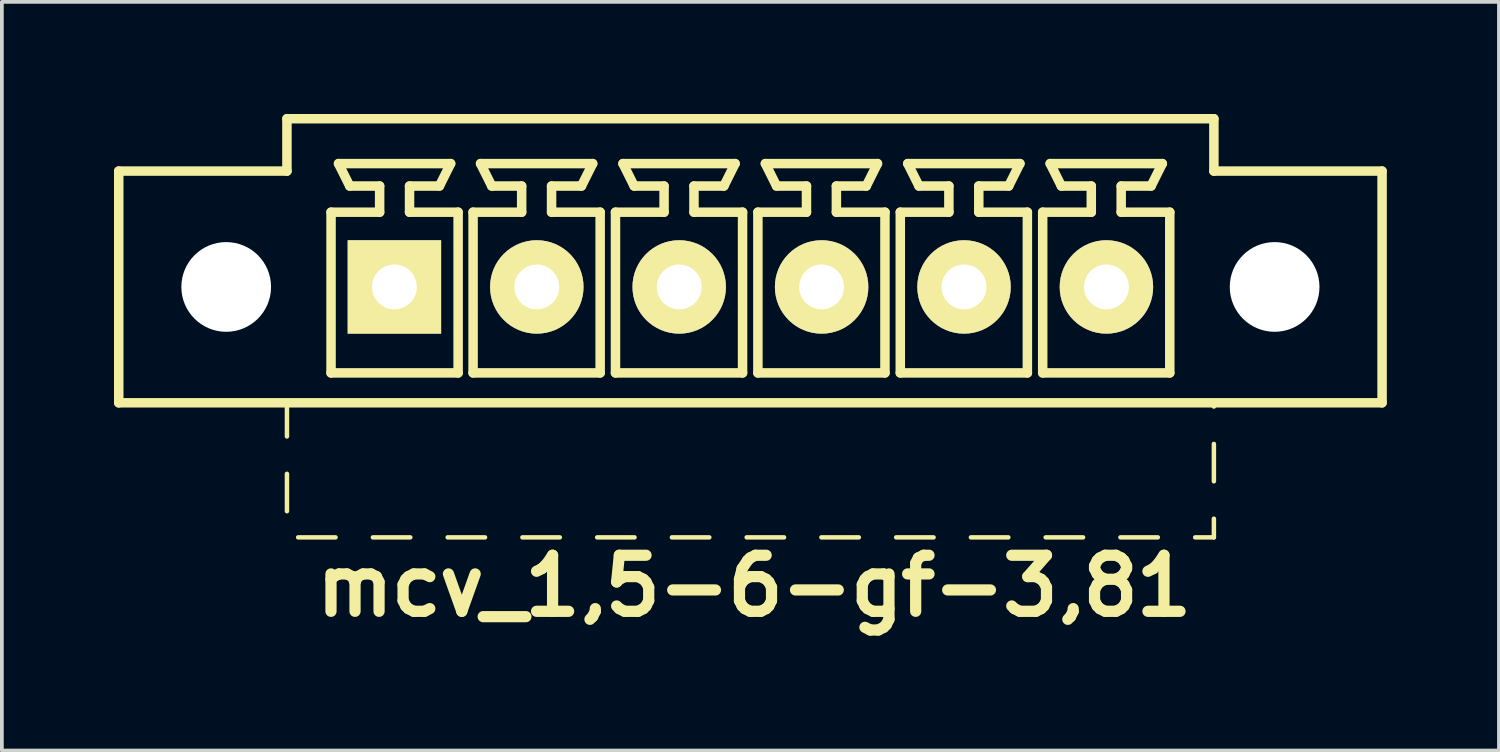
<source format=kicad_pcb>
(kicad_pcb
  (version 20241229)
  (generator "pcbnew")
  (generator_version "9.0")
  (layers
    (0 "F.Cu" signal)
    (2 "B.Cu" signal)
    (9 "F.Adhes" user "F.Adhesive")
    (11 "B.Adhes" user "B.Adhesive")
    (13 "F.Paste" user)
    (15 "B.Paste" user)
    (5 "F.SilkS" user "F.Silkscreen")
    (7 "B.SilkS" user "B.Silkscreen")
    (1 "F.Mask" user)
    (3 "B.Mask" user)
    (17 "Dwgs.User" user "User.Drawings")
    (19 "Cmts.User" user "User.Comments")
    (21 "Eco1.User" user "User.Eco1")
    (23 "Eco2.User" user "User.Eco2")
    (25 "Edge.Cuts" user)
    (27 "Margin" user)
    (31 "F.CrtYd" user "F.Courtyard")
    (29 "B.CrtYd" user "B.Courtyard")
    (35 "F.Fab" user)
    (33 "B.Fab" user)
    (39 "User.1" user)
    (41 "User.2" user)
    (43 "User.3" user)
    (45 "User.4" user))
  (footprint "mcv_1,5-6-gf-3,81"
    (layer "F.Cu")
    (at 17.027 4.627)
    (property "Reference" "mcv_1,5-6-gf-3,81" (at 0.1 8 0) (layer "F.SilkS") (effects (font (size 1.5 1.5) (thickness 0.3))))
    (attr through_hole)
    (fp_line (start -16.9 3.1) (end -16.9 -3.1) (stroke (width 0.254) (type solid)) (layer "F.SilkS"))
    (fp_line (start -16.9 3.1) (end 16.9 3.1) (stroke (width 0.254) (type solid)) (layer "F.SilkS"))
    (fp_line (start -12.4 -4.5) (end -12.4 -3.1) (stroke (width 0.254) (type solid)) (layer "F.SilkS"))
    (fp_line (start -12.4 -4.5) (end 12.4 -4.5) (stroke (width 0.254) (type solid)) (layer "F.SilkS"))
    (fp_line (start -12.4 -3.1) (end -16.9 -3.1) (stroke (width 0.254) (type solid)) (layer "F.SilkS"))
    (fp_line (start -12.4 3.1) (end -12.4 4) (stroke (width 0.12) (type solid)) (layer "F.SilkS"))
    (fp_line (start -12.4 5) (end -12.4 6) (stroke (width 0.12) (type solid)) (layer "F.SilkS"))
    (fp_line (start -12.1 6.7) (end -11.1 6.7) (stroke (width 0.12) (type solid)) (layer "F.SilkS"))
    (fp_line (start -11.22 -2) (end -9.92 -2) (stroke (width 0.254) (type solid)) (layer "F.SilkS"))
    (fp_line (start -11.22 2.3) (end -11.22 -2) (stroke (width 0.254) (type solid)) (layer "F.SilkS"))
    (fp_line (start -11.02 -3.3) (end -8.02 -3.3) (stroke (width 0.254) (type solid)) (layer "F.SilkS"))
    (fp_line (start -10.72 -2.7) (end -11.02 -3.3) (stroke (width 0.254) (type solid)) (layer "F.SilkS"))
    (fp_line (start -10.1 6.7) (end -9.1 6.7) (stroke (width 0.12) (type solid)) (layer "F.SilkS"))
    (fp_line (start -9.92 -2.7) (end -10.72 -2.7) (stroke (width 0.254) (type solid)) (layer "F.SilkS"))
    (fp_line (start -9.92 -2) (end -9.92 -2.7) (stroke (width 0.254) (type solid)) (layer "F.SilkS"))
    (fp_line (start -9.12 -2.7) (end -9.12 -2) (stroke (width 0.254) (type solid)) (layer "F.SilkS"))
    (fp_line (start -9.12 -2) (end -7.82 -2) (stroke (width 0.254) (type solid)) (layer "F.SilkS"))
    (fp_line (start -8.32 -2.7) (end -9.12 -2.7) (stroke (width 0.254) (type solid)) (layer "F.SilkS"))
    (fp_line (start -8.32 -2.7) (end -8.02 -3.3) (stroke (width 0.254) (type solid)) (layer "F.SilkS"))
    (fp_line (start -8.1 6.7) (end -7.1 6.7) (stroke (width 0.12) (type solid)) (layer "F.SilkS"))
    (fp_line (start -7.82 -2) (end -7.82 2.3) (stroke (width 0.254) (type solid)) (layer "F.SilkS"))
    (fp_line (start -7.82 2.3) (end -11.22 2.3) (stroke (width 0.254) (type solid)) (layer "F.SilkS"))
    (fp_line (start -7.42 -2) (end -6.12 -2) (stroke (width 0.254) (type solid)) (layer "F.SilkS"))
    (fp_line (start -7.42 2.3) (end -7.42 -2) (stroke (width 0.254) (type solid)) (layer "F.SilkS"))
    (fp_line (start -7.22 -3.3) (end -4.22 -3.3) (stroke (width 0.254) (type solid)) (layer "F.SilkS"))
    (fp_line (start -6.92 -2.7) (end -7.22 -3.3) (stroke (width 0.254) (type solid)) (layer "F.SilkS"))
    (fp_line (start -6.12 -2.7) (end -6.92 -2.7) (stroke (width 0.254) (type solid)) (layer "F.SilkS"))
    (fp_line (start -6.12 -2) (end -6.12 -2.7) (stroke (width 0.254) (type solid)) (layer "F.SilkS"))
    (fp_line (start -6.1 6.7) (end -5.1 6.7) (stroke (width 0.12) (type solid)) (layer "F.SilkS"))
    (fp_line (start -5.32 -2.7) (end -5.32 -2) (stroke (width 0.254) (type solid)) (layer "F.SilkS"))
    (fp_line (start -5.32 -2) (end -4.02 -2) (stroke (width 0.254) (type solid)) (layer "F.SilkS"))
    (fp_line (start -4.52 -2.7) (end -5.32 -2.7) (stroke (width 0.254) (type solid)) (layer "F.SilkS"))
    (fp_line (start -4.52 -2.7) (end -4.22 -3.3) (stroke (width 0.254) (type solid)) (layer "F.SilkS"))
    (fp_line (start -4.1 6.7) (end -3.1 6.7) (stroke (width 0.12) (type solid)) (layer "F.SilkS"))
    (fp_line (start -4.02 -2) (end -4.02 2.3) (stroke (width 0.254) (type solid)) (layer "F.SilkS"))
    (fp_line (start -4.02 2.3) (end -7.42 2.3) (stroke (width 0.254) (type solid)) (layer "F.SilkS"))
    (fp_line (start -3.61 -2) (end -2.31 -2) (stroke (width 0.254) (type solid)) (layer "F.SilkS"))
    (fp_line (start -3.61 2.3) (end -3.61 -2) (stroke (width 0.254) (type solid)) (layer "F.SilkS"))
    (fp_line (start -3.41 -3.3) (end -0.41 -3.3) (stroke (width 0.254) (type solid)) (layer "F.SilkS"))
    (fp_line (start -3.11 -2.7) (end -3.41 -3.3) (stroke (width 0.254) (type solid)) (layer "F.SilkS"))
    (fp_line (start -2.31 -2.7) (end -3.11 -2.7) (stroke (width 0.254) (type solid)) (layer "F.SilkS"))
    (fp_line (start -2.31 -2) (end -2.31 -2.7) (stroke (width 0.254) (type solid)) (layer "F.SilkS"))
    (fp_line (start -2.1 6.7) (end -1.1 6.7) (stroke (width 0.12) (type solid)) (layer "F.SilkS"))
    (fp_line (start -1.51 -2.7) (end -1.51 -2) (stroke (width 0.254) (type solid)) (layer "F.SilkS"))
    (fp_line (start -1.51 -2) (end -0.21 -2) (stroke (width 0.254) (type solid)) (layer "F.SilkS"))
    (fp_line (start -0.71 -2.7) (end -1.51 -2.7) (stroke (width 0.254) (type solid)) (layer "F.SilkS"))
    (fp_line (start -0.71 -2.7) (end -0.41 -3.3) (stroke (width 0.254) (type solid)) (layer "F.SilkS"))
    (fp_line (start -0.21 -2) (end -0.21 2.3) (stroke (width 0.254) (type solid)) (layer "F.SilkS"))
    (fp_line (start -0.21 2.3) (end -3.61 2.3) (stroke (width 0.254) (type solid)) (layer "F.SilkS"))
    (fp_line (start -0.1 6.7) (end 0.9 6.7) (stroke (width 0.12) (type solid)) (layer "F.SilkS"))
    (fp_line (start 0.2 -2) (end 1.5 -2) (stroke (width 0.254) (type solid)) (layer "F.SilkS"))
    (fp_line (start 0.2 2.3) (end 0.2 -2) (stroke (width 0.254) (type solid)) (layer "F.SilkS"))
    (fp_line (start 0.4 -3.3) (end 3.4 -3.3) (stroke (width 0.254) (type solid)) (layer "F.SilkS"))
    (fp_line (start 0.7 -2.7) (end 0.4 -3.3) (stroke (width 0.254) (type solid)) (layer "F.SilkS"))
    (fp_line (start 1.5 -2.7) (end 0.7 -2.7) (stroke (width 0.254) (type solid)) (layer "F.SilkS"))
    (fp_line (start 1.5 -2) (end 1.5 -2.7) (stroke (width 0.254) (type solid)) (layer "F.SilkS"))
    (fp_line (start 1.9 6.7) (end 2.9 6.7) (stroke (width 0.12) (type solid)) (layer "F.SilkS"))
    (fp_line (start 2.3 -2.7) (end 2.3 -2) (stroke (width 0.254) (type solid)) (layer "F.SilkS"))
    (fp_line (start 2.3 -2) (end 3.6 -2) (stroke (width 0.254) (type solid)) (layer "F.SilkS"))
    (fp_line (start 3.1 -2.7) (end 2.3 -2.7) (stroke (width 0.254) (type solid)) (layer "F.SilkS"))
    (fp_line (start 3.1 -2.7) (end 3.4 -3.3) (stroke (width 0.254) (type solid)) (layer "F.SilkS"))
    (fp_line (start 3.6 -2) (end 3.6 2.3) (stroke (width 0.254) (type solid)) (layer "F.SilkS"))
    (fp_line (start 3.6 2.3) (end 0.2 2.3) (stroke (width 0.254) (type solid)) (layer "F.SilkS"))
    (fp_line (start 3.9 6.7) (end 4.9 6.7) (stroke (width 0.12) (type solid)) (layer "F.SilkS"))
    (fp_line (start 4.01 -2) (end 5.31 -2) (stroke (width 0.254) (type solid)) (layer "F.SilkS"))
    (fp_line (start 4.01 2.3) (end 4.01 -2) (stroke (width 0.254) (type solid)) (layer "F.SilkS"))
    (fp_line (start 4.21 -3.3) (end 7.21 -3.3) (stroke (width 0.254) (type solid)) (layer "F.SilkS"))
    (fp_line (start 4.51 -2.7) (end 4.21 -3.3) (stroke (width 0.254) (type solid)) (layer "F.SilkS"))
    (fp_line (start 5.31 -2.7) (end 4.51 -2.7) (stroke (width 0.254) (type solid)) (layer "F.SilkS"))
    (fp_line (start 5.31 -2) (end 5.31 -2.7) (stroke (width 0.254) (type solid)) (layer "F.SilkS"))
    (fp_line (start 5.9 6.7) (end 6.9 6.7) (stroke (width 0.12) (type solid)) (layer "F.SilkS"))
    (fp_line (start 6.11 -2.7) (end 6.11 -2) (stroke (width 0.254) (type solid)) (layer "F.SilkS"))
    (fp_line (start 6.11 -2) (end 7.41 -2) (stroke (width 0.254) (type solid)) (layer "F.SilkS"))
    (fp_line (start 6.91 -2.7) (end 6.11 -2.7) (stroke (width 0.254) (type solid)) (layer "F.SilkS"))
    (fp_line (start 6.91 -2.7) (end 7.21 -3.3) (stroke (width 0.254) (type solid)) (layer "F.SilkS"))
    (fp_line (start 7.41 -2) (end 7.41 2.3) (stroke (width 0.254) (type solid)) (layer "F.SilkS"))
    (fp_line (start 7.41 2.3) (end 4.01 2.3) (stroke (width 0.254) (type solid)) (layer "F.SilkS"))
    (fp_line (start 7.82 -2) (end 9.12 -2) (stroke (width 0.254) (type solid)) (layer "F.SilkS"))
    (fp_line (start 7.82 2.3) (end 7.82 -2) (stroke (width 0.254) (type solid)) (layer "F.SilkS"))
    (fp_line (start 7.9 6.7) (end 8.9 6.7) (stroke (width 0.12) (type solid)) (layer "F.SilkS"))
    (fp_line (start 8.02 -3.3) (end 11.02 -3.3) (stroke (width 0.254) (type solid)) (layer "F.SilkS"))
    (fp_line (start 8.32 -2.7) (end 8.02 -3.3) (stroke (width 0.254) (type solid)) (layer "F.SilkS"))
    (fp_line (start 9.12 -2.7) (end 8.32 -2.7) (stroke (width 0.254) (type solid)) (layer "F.SilkS"))
    (fp_line (start 9.12 -2) (end 9.12 -2.7) (stroke (width 0.254) (type solid)) (layer "F.SilkS"))
    (fp_line (start 9.9 6.7) (end 10.9 6.7) (stroke (width 0.12) (type solid)) (layer "F.SilkS"))
    (fp_line (start 9.92 -2.7) (end 9.92 -2) (stroke (width 0.254) (type solid)) (layer "F.SilkS"))
    (fp_line (start 9.92 -2) (end 11.22 -2) (stroke (width 0.254) (type solid)) (layer "F.SilkS"))
    (fp_line (start 10.72 -2.7) (end 9.92 -2.7) (stroke (width 0.254) (type solid)) (layer "F.SilkS"))
    (fp_line (start 10.72 -2.7) (end 11.02 -3.3) (stroke (width 0.254) (type solid)) (layer "F.SilkS"))
    (fp_line (start 11.22 -2) (end 11.22 2.3) (stroke (width 0.254) (type solid)) (layer "F.SilkS"))
    (fp_line (start 11.22 2.3) (end 7.82 2.3) (stroke (width 0.254) (type solid)) (layer "F.SilkS"))
    (fp_line (start 11.9 6.7) (end 12.4 6.7) (stroke (width 0.12) (type solid)) (layer "F.SilkS"))
    (fp_line (start 12.4 -4.5) (end 12.4 -3.1) (stroke (width 0.254) (type solid)) (layer "F.SilkS"))
    (fp_line (start 12.4 -3.1) (end 16.9 -3.1) (stroke (width 0.254) (type solid)) (layer "F.SilkS"))
    (fp_line (start 12.4 3.2) (end 12.4 3.1) (stroke (width 0.12) (type solid)) (layer "F.SilkS"))
    (fp_line (start 12.4 5.2) (end 12.4 4.2) (stroke (width 0.12) (type solid)) (layer "F.SilkS"))
    (fp_line (start 12.4 6.7) (end 12.4 6.2) (stroke (width 0.12) (type solid)) (layer "F.SilkS"))
    (fp_line (start 16.9 3.1) (end 16.9 -3.1) (stroke (width 0.254) (type solid)) (layer "F.SilkS"))
    (pad "" np_thru_hole circle (at -14.025 0) (size 2.4 2.4) (drill 2.4) (layers "*.Cu" "*.Mask"))
    (pad "" np_thru_hole circle (at 14.025 0) (size 2.4 2.4) (drill 2.4) (layers "*.Cu" "*.Mask"))
    (pad "1" thru_hole rect (at -9.525 0) (size 2.5 2.5) (drill 1.2) (layers "*.Cu" "*.Mask" "F.SilkS"))
    (pad "2" thru_hole circle (at -5.715 0) (size 2.5 2.5) (drill 1.2) (layers "*.Cu" "*.Mask" "F.SilkS"))
    (pad "3" thru_hole circle (at -1.905 0) (size 2.5 2.5) (drill 1.2) (layers "*.Cu" "*.Mask" "F.SilkS"))
    (pad "4" thru_hole circle (at 1.905 0) (size 2.5 2.5) (drill 1.2) (layers "*.Cu" "*.Mask" "F.SilkS"))
    (pad "5" thru_hole circle (at 5.715 0) (size 2.5 2.5) (drill 1.2) (layers "*.Cu" "*.Mask" "F.SilkS"))
    (pad "6" thru_hole circle (at 9.525 0) (size 2.5 2.5) (drill 1.2) (layers "*.Cu" "*.Mask" "F.SilkS")))
  (gr_rect
    (start -3 -3)
    (end 37.054 17.031)
    (stroke (width 0.1) (type default))
    (fill no)
    (layer "Edge.Cuts")))
</source>
